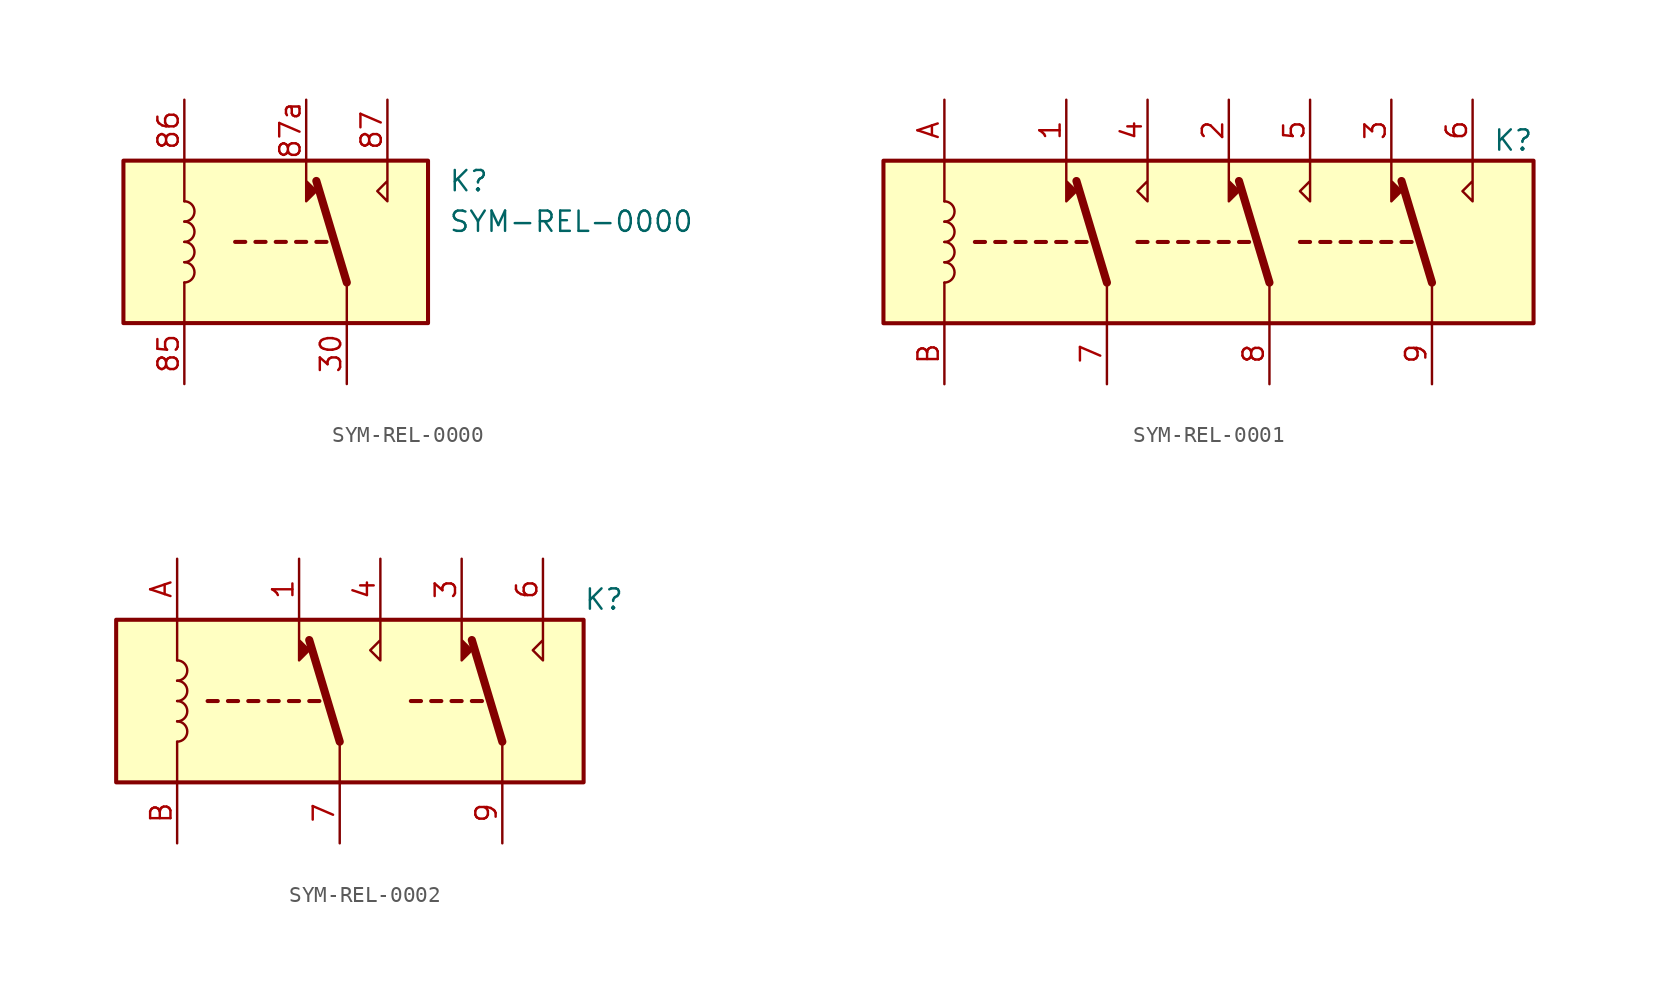
<source format=kicad_sym>
(kicad_symbol_lib
  (version 20241209)
  (generator "kicad_symbol_editor")
  (generator_version "9.0")
  (symbol "SYM-REL-0000"
    (property "Reference" "K"
      (at 11.43 3.81 0)
      (effects (font (size 1.27 1.27)) (justify left)))
    (property "Value" "SYM-REL-0000"
      (at 11.43 1.27 0)
      (effects (font (size 1.27 1.27)) (justify left)))
    (symbol "SYM-REL-0000_0_0"
      (polyline (pts (xy 7.62 5.08) (xy 7.62 2.54) (xy 6.985 3.175) (xy 7.62 3.81)) (stroke (width 0) (type default)) (fill (type none))))
    (symbol "SYM-REL-0000_0_1"
      (rectangle (start -8.89 5.08) (end 10.16 -5.08) (stroke (width 0.254) (type default)) (fill (type background)))
      (arc (start -5.08 2.54) (mid -4.4477 1.905) (end -5.08 1.27) (stroke (width 0) (type default)) (fill (type none)))
      (arc (start -5.08 1.27) (mid -4.4477 0.635) (end -5.08 0) (stroke (width 0) (type default)) (fill (type none)))
      (arc (start -5.08 0) (mid -4.4477 -0.635) (end -5.08 -1.27) (stroke (width 0) (type default)) (fill (type none)))
      (arc (start -5.08 -1.27) (mid -4.4477 -1.905) (end -5.08 -2.54) (stroke (width 0) (type default)) (fill (type none)))
      (polyline (pts (xy -5.08 5.08) (xy -5.08 2.54)) (stroke (width 0) (type default)) (fill (type none)))
      (polyline (pts (xy -5.08 -5.08) (xy -5.08 -2.54)) (stroke (width 0) (type default)) (fill (type none)))
      (polyline (pts (xy -1.905 0) (xy -1.27 0)) (stroke (width 0.254) (type default)) (fill (type none)))
      (polyline (pts (xy -0.635 0) (xy 0 0)) (stroke (width 0.254) (type default)) (fill (type none)))
      (polyline (pts (xy 0.635 0) (xy 1.27 0)) (stroke (width 0.254) (type default)) (fill (type none)))
      (polyline (pts (xy 1.905 0) (xy 2.54 0)) (stroke (width 0.254) (type default)) (fill (type none)))
      (polyline (pts (xy 2.54 5.08) (xy 2.54 2.54) (xy 3.175 3.175) (xy 2.54 3.81)) (stroke (width 0) (type default)) (fill (type outline)))
      (polyline (pts (xy 3.175 0) (xy 3.81 0)) (stroke (width 0.254) (type default)) (fill (type none)))
      (polyline (pts (xy 5.08 -2.54) (xy 3.175 3.81)) (stroke (width 0.508) (type default)) (fill (type none)))
      (polyline (pts (xy 5.08 -2.54) (xy 5.08 -5.08)) (stroke (width 0) (type default)) (fill (type none))))
    (symbol "SYM-REL-0000_1_1"
      (pin passive line (at -5.08 8.89 270) (length 3.81) (name "~" (effects (font (size 1.27 1.27)))) (number "86" (effects (font (size 1.27 1.27)))))
      (pin passive line (at -5.08 -8.89 90) (length 3.81) (name "~" (effects (font (size 1.27 1.27)))) (number "85" (effects (font (size 1.27 1.27)))))
      (pin passive line (at 2.54 8.89 270) (length 3.81) (name "~" (effects (font (size 1.27 1.27)))) (number "87a" (effects (font (size 1.27 1.27)))))
      (pin passive line (at 5.08 -8.89 90) (length 3.81) (name "~" (effects (font (size 1.27 1.27)))) (number "30" (effects (font (size 1.27 1.27)))))
      (pin passive line (at 7.62 8.89 270) (length 3.81) (name "~" (effects (font (size 1.27 1.27)))) (number "87" (effects (font (size 1.27 1.27)))))))
  (symbol "SYM-REL-0001"
    (property "Reference" "K"
      (at 20.32 6.35 0)
      (effects (font (size 1.27 1.27))))
    (symbol "SYM-REL-0001_0_0"
      (polyline (pts (xy -2.54 5.08) (xy -2.54 2.54) (xy -3.175 3.175) (xy -2.54 3.81)) (stroke (width 0) (type default)) (fill (type none)))
      (polyline (pts (xy 7.62 5.08) (xy 7.62 2.54) (xy 6.985 3.175) (xy 7.62 3.81)) (stroke (width 0) (type default)) (fill (type none)))
      (polyline (pts (xy 17.78 5.08) (xy 17.78 2.54) (xy 17.145 3.175) (xy 17.78 3.81)) (stroke (width 0) (type default)) (fill (type none))))
    (symbol "SYM-REL-0001_0_1"
      (arc (start -15.24 2.54) (mid -14.6077 1.905) (end -15.24 1.27) (stroke (width 0) (type default)) (fill (type none)))
      (arc (start -15.24 1.27) (mid -14.6077 0.635) (end -15.24 0) (stroke (width 0) (type default)) (fill (type none)))
      (arc (start -15.24 0) (mid -14.6077 -0.635) (end -15.24 -1.27) (stroke (width 0) (type default)) (fill (type none)))
      (arc (start -15.24 -1.27) (mid -14.6077 -1.905) (end -15.24 -2.54) (stroke (width 0) (type default)) (fill (type none)))
      (polyline (pts (xy -15.24 5.08) (xy -15.24 2.54)) (stroke (width 0) (type default)) (fill (type none)))
      (polyline (pts (xy -15.24 -5.08) (xy -15.24 -2.54)) (stroke (width 0) (type default)) (fill (type none)))
      (polyline (pts (xy -12.7 0) (xy -13.335 0)) (stroke (width 0.254) (type default)) (fill (type none)))
      (polyline (pts (xy -12.065 0) (xy -11.43 0)) (stroke (width 0.254) (type default)) (fill (type none)))
      (polyline (pts (xy -10.795 0) (xy -10.16 0)) (stroke (width 0.254) (type default)) (fill (type none)))
      (polyline (pts (xy -9.525 0) (xy -8.89 0)) (stroke (width 0.254) (type default)) (fill (type none)))
      (polyline (pts (xy -8.255 0) (xy -7.62 0)) (stroke (width 0.254) (type default)) (fill (type none)))
      (polyline (pts (xy -7.62 5.08) (xy -7.62 2.54) (xy -6.985 3.175) (xy -7.62 3.81)) (stroke (width 0) (type default)) (fill (type outline)))
      (polyline (pts (xy -6.985 0) (xy -6.35 0)) (stroke (width 0.254) (type default)) (fill (type none)))
      (polyline (pts (xy -5.08 -2.54) (xy -6.985 3.81)) (stroke (width 0.508) (type default)) (fill (type none)))
      (polyline (pts (xy -5.08 -2.54) (xy -5.08 -5.08)) (stroke (width 0) (type default)) (fill (type none)))
      (polyline (pts (xy -3.175 0) (xy -2.54 0)) (stroke (width 0.254) (type default)) (fill (type none)))
      (polyline (pts (xy -1.905 0) (xy -1.27 0)) (stroke (width 0.254) (type default)) (fill (type none)))
      (polyline (pts (xy -0.635 0) (xy 0 0)) (stroke (width 0.254) (type default)) (fill (type none)))
      (polyline (pts (xy 0.635 0) (xy 1.27 0)) (stroke (width 0.254) (type default)) (fill (type none)))
      (polyline (pts (xy 1.905 0) (xy 2.54 0)) (stroke (width 0.254) (type default)) (fill (type none)))
      (polyline (pts (xy 2.54 5.08) (xy 2.54 2.54) (xy 3.175 3.175) (xy 2.54 3.81)) (stroke (width 0) (type default)) (fill (type outline)))
      (polyline (pts (xy 3.175 0) (xy 3.81 0)) (stroke (width 0.254) (type default)) (fill (type none)))
      (polyline (pts (xy 5.08 -2.54) (xy 3.175 3.81)) (stroke (width 0.508) (type default)) (fill (type none)))
      (polyline (pts (xy 5.08 -2.54) (xy 5.08 -5.08)) (stroke (width 0) (type default)) (fill (type none)))
      (polyline (pts (xy 6.985 0) (xy 7.62 0)) (stroke (width 0.254) (type default)) (fill (type none)))
      (polyline (pts (xy 8.255 0) (xy 8.89 0)) (stroke (width 0.254) (type default)) (fill (type none)))
      (polyline (pts (xy 9.525 0) (xy 10.16 0)) (stroke (width 0.254) (type default)) (fill (type none)))
      (polyline (pts (xy 10.795 0) (xy 11.43 0)) (stroke (width 0.254) (type default)) (fill (type none)))
      (polyline (pts (xy 12.065 0) (xy 12.7 0)) (stroke (width 0.254) (type default)) (fill (type none)))
      (polyline (pts (xy 12.7 5.08) (xy 12.7 2.54) (xy 13.335 3.175) (xy 12.7 3.81)) (stroke (width 0) (type default)) (fill (type outline)))
      (polyline (pts (xy 13.335 0) (xy 13.97 0)) (stroke (width 0.254) (type default)) (fill (type none)))
      (polyline (pts (xy 15.24 -2.54) (xy 13.335 3.81)) (stroke (width 0.508) (type default)) (fill (type none)))
      (polyline (pts (xy 15.24 -2.54) (xy 15.24 -5.08)) (stroke (width 0) (type default)) (fill (type none))))
    (symbol "SYM-REL-0001_1_1"
      (rectangle (start -19.05 5.08) (end 21.59 -5.08) (stroke (width 0.254) (type solid)) (fill (type background)))
      (pin passive line (at -15.24 8.89 270) (length 3.81) (name "~" (effects (font (size 1.27 1.27)))) (number "A" (effects (font (size 1.27 1.27)))))
      (pin passive line (at -15.24 -8.89 90) (length 3.81) (name "~" (effects (font (size 1.27 1.27)))) (number "B" (effects (font (size 1.27 1.27)))))
      (pin passive line (at -7.62 8.89 270) (length 3.81) (name "~" (effects (font (size 1.27 1.27)))) (number "1" (effects (font (size 1.27 1.27)))))
      (pin passive line (at -5.08 -8.89 90) (length 3.81) (name "~" (effects (font (size 1.27 1.27)))) (number "7" (effects (font (size 1.27 1.27)))))
      (pin passive line (at -2.54 8.89 270) (length 3.81) (name "~" (effects (font (size 1.27 1.27)))) (number "4" (effects (font (size 1.27 1.27)))))
      (pin passive line (at 2.54 8.89 270) (length 3.81) (name "~" (effects (font (size 1.27 1.27)))) (number "2" (effects (font (size 1.27 1.27)))))
      (pin passive line (at 5.08 -8.89 90) (length 3.81) (name "~" (effects (font (size 1.27 1.27)))) (number "8" (effects (font (size 1.27 1.27)))))
      (pin passive line (at 7.62 8.89 270) (length 3.81) (name "~" (effects (font (size 1.27 1.27)))) (number "5" (effects (font (size 1.27 1.27)))))
      (pin passive line (at 12.7 8.89 270) (length 3.81) (name "~" (effects (font (size 1.27 1.27)))) (number "3" (effects (font (size 1.27 1.27)))))
      (pin passive line (at 15.24 -8.89 90) (length 3.81) (name "~" (effects (font (size 1.27 1.27)))) (number "9" (effects (font (size 1.27 1.27)))))
      (pin passive line (at 17.78 8.89 270) (length 3.81) (name "~" (effects (font (size 1.27 1.27)))) (number "6" (effects (font (size 1.27 1.27)))))))
  (symbol "SYM-REL-0002"
    (property "Reference" "K"
      (at 16.51 6.35 0)
      (effects (font (size 1.27 1.27))))
    (symbol "SYM-REL-0002_0_0"
      (polyline (pts (xy 2.54 5.08) (xy 2.54 2.54) (xy 1.905 3.175) (xy 2.54 3.81)) (stroke (width 0) (type default)) (fill (type none)))
      (polyline (pts (xy 12.7 5.08) (xy 12.7 2.54) (xy 12.065 3.175) (xy 12.7 3.81)) (stroke (width 0) (type default)) (fill (type none))))
    (symbol "SYM-REL-0002_0_1"
      (arc (start -10.16 2.54) (mid -9.5277 1.905) (end -10.16 1.27) (stroke (width 0) (type default)) (fill (type none)))
      (arc (start -10.16 1.27) (mid -9.5277 0.635) (end -10.16 0) (stroke (width 0) (type default)) (fill (type none)))
      (arc (start -10.16 0) (mid -9.5277 -0.635) (end -10.16 -1.27) (stroke (width 0) (type default)) (fill (type none)))
      (arc (start -10.16 -1.27) (mid -9.5277 -1.905) (end -10.16 -2.54) (stroke (width 0) (type default)) (fill (type none)))
      (polyline (pts (xy -10.16 5.08) (xy -10.16 2.54)) (stroke (width 0) (type default)) (fill (type none)))
      (polyline (pts (xy -10.16 -5.08) (xy -10.16 -2.54)) (stroke (width 0) (type default)) (fill (type none)))
      (polyline (pts (xy -7.62 0) (xy -8.255 0)) (stroke (width 0.254) (type default)) (fill (type none)))
      (polyline (pts (xy -6.985 0) (xy -6.35 0)) (stroke (width 0.254) (type default)) (fill (type none)))
      (polyline (pts (xy -5.715 0) (xy -5.08 0)) (stroke (width 0.254) (type default)) (fill (type none)))
      (polyline (pts (xy -4.445 0) (xy -3.81 0)) (stroke (width 0.254) (type default)) (fill (type none)))
      (polyline (pts (xy -3.175 0) (xy -2.54 0)) (stroke (width 0.254) (type default)) (fill (type none)))
      (polyline (pts (xy -2.54 5.08) (xy -2.54 2.54) (xy -1.905 3.175) (xy -2.54 3.81)) (stroke (width 0) (type default)) (fill (type outline)))
      (polyline (pts (xy -1.905 0) (xy -1.27 0)) (stroke (width 0.254) (type default)) (fill (type none)))
      (polyline (pts (xy 0 -2.54) (xy -1.905 3.81)) (stroke (width 0.508) (type default)) (fill (type none)))
      (polyline (pts (xy 0 -2.54) (xy 0 -5.08)) (stroke (width 0) (type default)) (fill (type none)))
      (polyline (pts (xy 4.445 0) (xy 5.08 0)) (stroke (width 0.254) (type default)) (fill (type none)))
      (polyline (pts (xy 5.715 0) (xy 6.35 0)) (stroke (width 0.254) (type default)) (fill (type none)))
      (polyline (pts (xy 6.985 0) (xy 7.62 0)) (stroke (width 0.254) (type default)) (fill (type none)))
      (polyline (pts (xy 7.62 5.08) (xy 7.62 2.54) (xy 8.255 3.175) (xy 7.62 3.81)) (stroke (width 0) (type default)) (fill (type outline)))
      (polyline (pts (xy 8.255 0) (xy 8.89 0)) (stroke (width 0.254) (type default)) (fill (type none)))
      (polyline (pts (xy 10.16 -2.54) (xy 8.255 3.81)) (stroke (width 0.508) (type default)) (fill (type none)))
      (polyline (pts (xy 10.16 -2.54) (xy 10.16 -5.08)) (stroke (width 0) (type default)) (fill (type none))))
    (symbol "SYM-REL-0002_1_1"
      (rectangle (start -13.97 5.08) (end 15.24 -5.08) (stroke (width 0.254) (type solid)) (fill (type background)))
      (pin passive line (at -10.16 8.89 270) (length 3.81) (name "~" (effects (font (size 1.27 1.27)))) (number "A" (effects (font (size 1.27 1.27)))))
      (pin passive line (at -10.16 -8.89 90) (length 3.81) (name "~" (effects (font (size 1.27 1.27)))) (number "B" (effects (font (size 1.27 1.27)))))
      (pin no_connect line (at -5.08 -8.89 90) (length 3.81) (hide yes) (name "~" (effects (font (size 1.27 1.27)))) (number "2" (effects (font (size 1.27 1.27)))))
      (pin no_connect line (at -5.08 -8.89 90) (length 3.81) (hide yes) (name "~" (effects (font (size 1.27 1.27)))) (number "5" (effects (font (size 1.27 1.27)))))
      (pin no_connect line (at -5.08 -8.89 90) (length 3.81) (hide yes) (name "~" (effects (font (size 1.27 1.27)))) (number "8" (effects (font (size 1.27 1.27)))))
      (pin passive line (at -2.54 8.89 270) (length 3.81) (name "~" (effects (font (size 1.27 1.27)))) (number "1" (effects (font (size 1.27 1.27)))))
      (pin passive line (at 0 -8.89 90) (length 3.81) (name "~" (effects (font (size 1.27 1.27)))) (number "7" (effects (font (size 1.27 1.27)))))
      (pin passive line (at 2.54 8.89 270) (length 3.81) (name "~" (effects (font (size 1.27 1.27)))) (number "4" (effects (font (size 1.27 1.27)))))
      (pin passive line (at 7.62 8.89 270) (length 3.81) (name "~" (effects (font (size 1.27 1.27)))) (number "3" (effects (font (size 1.27 1.27)))))
      (pin passive line (at 10.16 -8.89 90) (length 3.81) (name "~" (effects (font (size 1.27 1.27)))) (number "9" (effects (font (size 1.27 1.27)))))
      (pin passive line (at 12.7 8.89 270) (length 3.81) (name "~" (effects (font (size 1.27 1.27)))) (number "6" (effects (font (size 1.27 1.27))))))))
</source>
